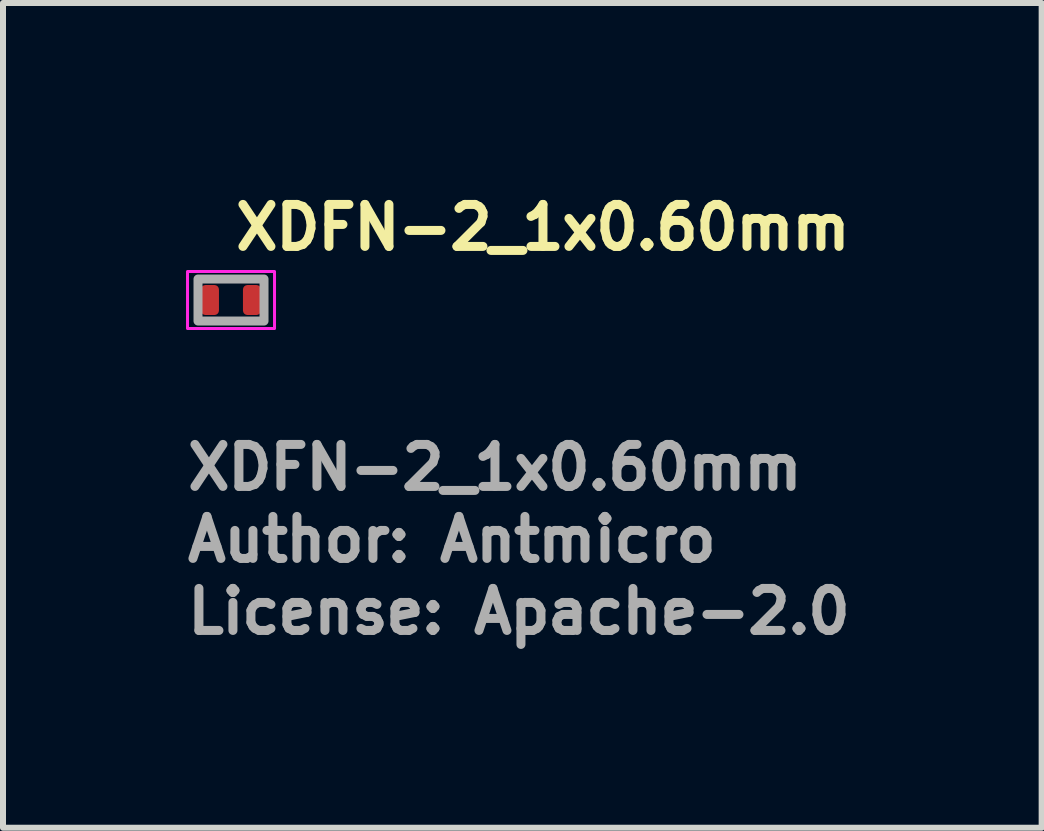
<source format=kicad_pcb>
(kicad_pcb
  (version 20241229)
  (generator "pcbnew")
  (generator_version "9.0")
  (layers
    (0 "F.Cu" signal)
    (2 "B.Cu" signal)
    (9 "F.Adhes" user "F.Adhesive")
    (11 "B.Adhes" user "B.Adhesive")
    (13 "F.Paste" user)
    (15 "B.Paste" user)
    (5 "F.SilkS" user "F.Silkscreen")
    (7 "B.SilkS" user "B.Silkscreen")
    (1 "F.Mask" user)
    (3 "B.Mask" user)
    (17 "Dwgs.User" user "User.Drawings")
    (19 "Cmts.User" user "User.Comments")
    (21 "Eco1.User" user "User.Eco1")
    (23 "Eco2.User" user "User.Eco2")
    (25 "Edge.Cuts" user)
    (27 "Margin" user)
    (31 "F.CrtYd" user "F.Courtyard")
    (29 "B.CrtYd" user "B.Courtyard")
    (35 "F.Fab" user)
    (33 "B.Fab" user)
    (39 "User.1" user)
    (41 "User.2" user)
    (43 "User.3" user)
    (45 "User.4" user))
  (footprint "XDFN-2_1x0.60mm"
    (layer "F.Cu")
    (at 0.8 1.95)
    (property "Reference" "XDFN-2_1x0.60mm" (at 0 -0.8 180) (layer "F.SilkS") (effects (font (size 0.7 0.7) (thickness 0.15)) (justify left bottom)))
    (attr smd)
    (fp_rect (start -0.725 -0.475) (end 0.725 0.475) (stroke (width 0.05) (type solid)) (fill no) (layer "F.CrtYd"))
    (fp_rect (start -0.55 -0.35) (end 0.55 0.35) (stroke (width 0.15) (type solid)) (fill no) (layer "F.Fab"))
    (fp_rect (start -0.5 -0.3) (end 0.5 0.3) (stroke (width 0.1) (type solid)) (fill no) (layer "User.5"))
    (fp_line (start -0.5 -0.3) (end -0.5 0.298) (stroke (width 0.02) (type solid)) (layer "User.9"))
    (fp_line (start -0.5 0.298) (end 0.498 0.298) (stroke (width 0.02) (type solid)) (layer "User.9"))
    (fp_line (start 0.498 -0.3) (end -0.5 -0.3) (stroke (width 0.02) (type solid)) (layer "User.9"))
    (fp_line (start 0.498 0.298) (end 0.498 -0.3) (stroke (width 0.02) (type solid)) (layer "User.9"))
    (fp_text user "${REFERENCE}" (at -0.8 3.2 0) (layer "F.Fab") (effects (font (size 0.7 0.7) (thickness 0.15)) (justify left bottom)))
    (fp_text user "License: Apache-2.0" (at -0.8 5.6 0) (layer "F.Fab") (effects (font (size 0.7 0.7) (thickness 0.15)) (justify left bottom)))
    (fp_text user "Author: Antmicro" (at -0.8 4.4 0) (layer "F.Fab") (effects (font (size 0.7 0.7) (thickness 0.15)) (justify left bottom)))
    (pad "1" smd roundrect (at -0.351 0) (size 0.3 0.5) (layers "F.Cu" "F.Mask" "F.Paste") (roundrect_rratio 0.25))
    (pad "2" smd roundrect (at 0.349 0) (size 0.3 0.5) (layers "F.Cu" "F.Mask" "F.Paste") (roundrect_rratio 0.25)))
  (gr_rect
    (start -3 -3)
    (end 14.31 10.745)
    (stroke (width 0.1) (type default))
    (fill no)
    (layer "Edge.Cuts")))
</source>
